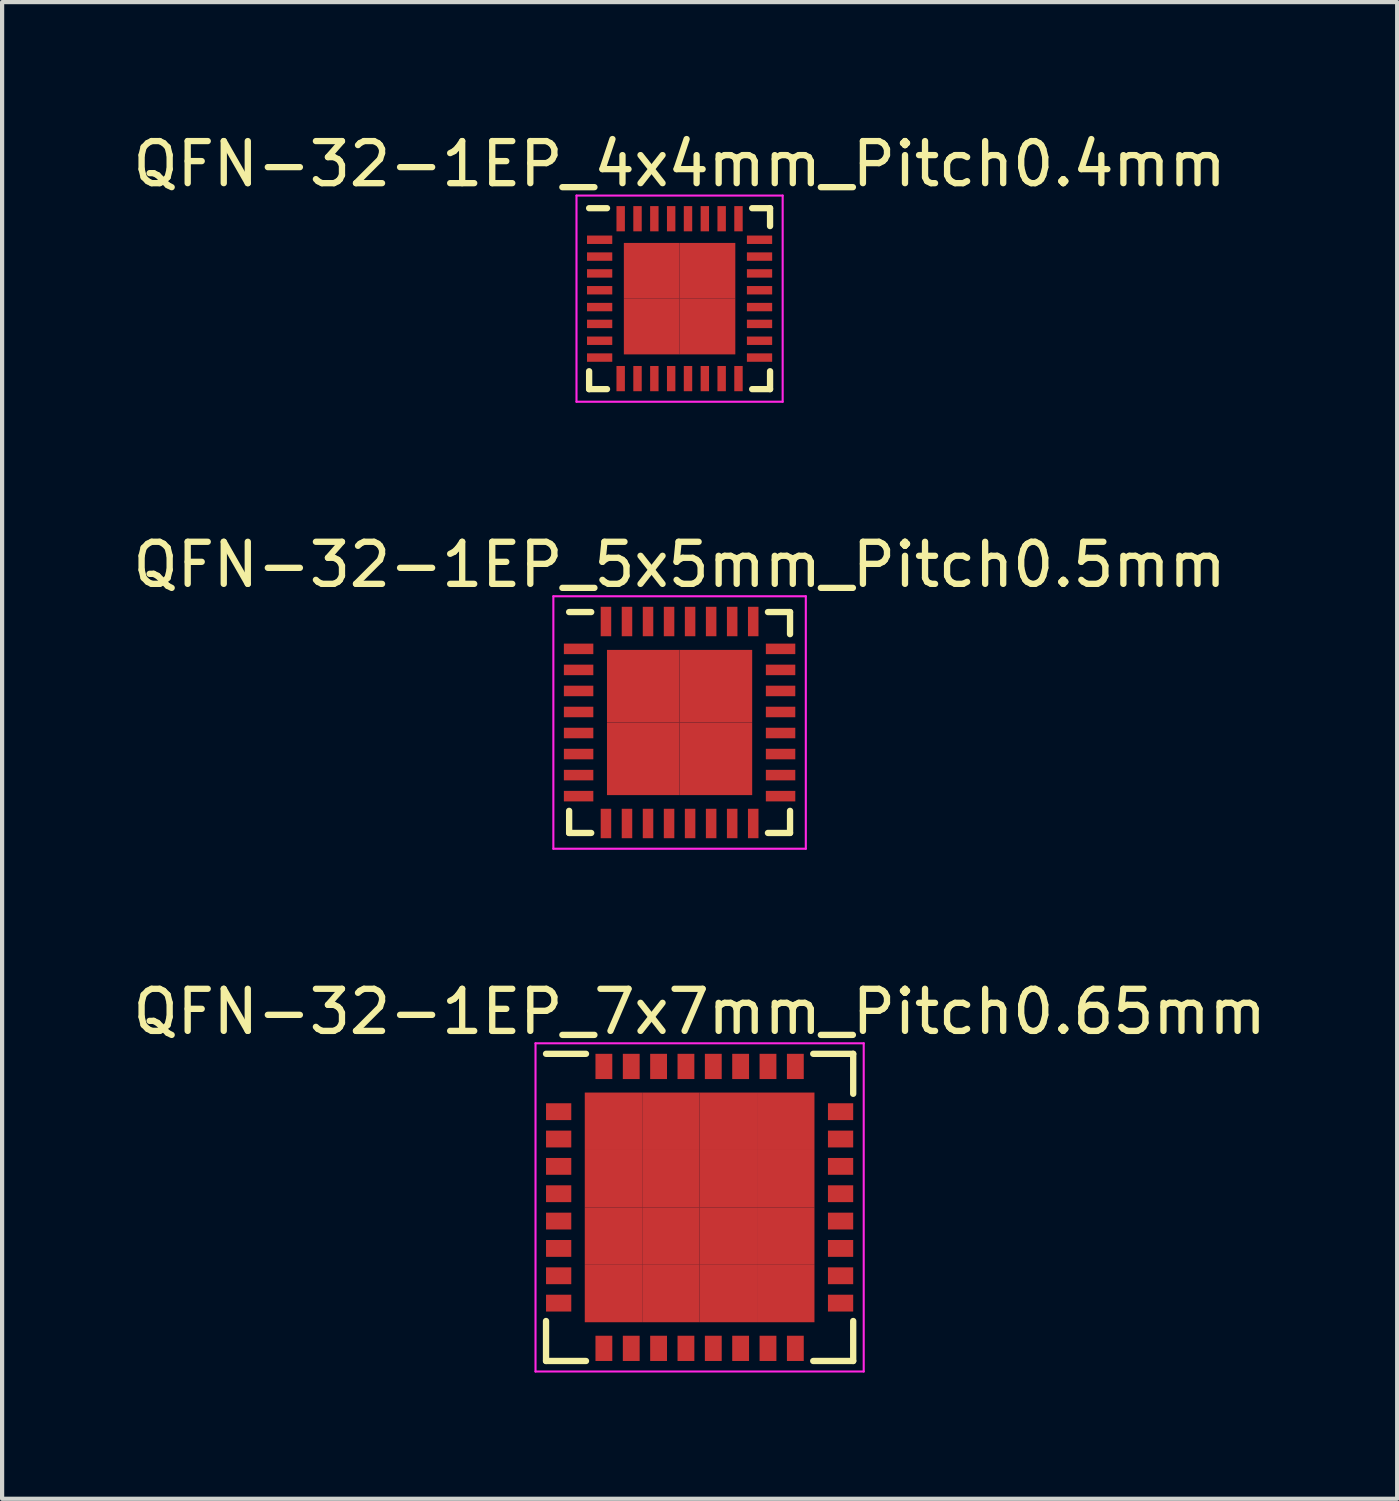
<source format=kicad_pcb>
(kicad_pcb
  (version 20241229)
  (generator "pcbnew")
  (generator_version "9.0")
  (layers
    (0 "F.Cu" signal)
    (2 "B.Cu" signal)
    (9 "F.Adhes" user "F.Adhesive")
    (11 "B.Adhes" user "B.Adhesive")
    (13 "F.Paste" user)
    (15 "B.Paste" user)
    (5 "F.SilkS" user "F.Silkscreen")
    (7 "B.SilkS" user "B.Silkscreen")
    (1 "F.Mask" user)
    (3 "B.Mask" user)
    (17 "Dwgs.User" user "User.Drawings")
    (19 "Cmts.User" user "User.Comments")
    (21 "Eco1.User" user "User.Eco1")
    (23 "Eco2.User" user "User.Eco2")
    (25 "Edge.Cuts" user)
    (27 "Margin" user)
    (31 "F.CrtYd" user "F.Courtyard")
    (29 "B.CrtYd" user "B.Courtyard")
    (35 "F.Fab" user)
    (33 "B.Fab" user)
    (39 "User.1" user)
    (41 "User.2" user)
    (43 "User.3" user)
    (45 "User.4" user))
  (footprint "QFN-32-1EP_7x7mm_Pitch0.65mm"
    (layer "F.Cu")
    (at 13.577 25.645)
    (property "Reference" "QFN-32-1EP_7x7mm_Pitch0.65mm" (at 0 -4.65 0) (layer "F.SilkS") (effects (font (size 1 1) (thickness 0.15))))
    (attr smd)
    (fp_line (start -3.65 -3.65) (end -2.7 -3.65) (stroke (width 0.15) (type solid)) (layer "F.SilkS"))
    (fp_line (start -3.65 3.65) (end -3.65 2.7) (stroke (width 0.15) (type solid)) (layer "F.SilkS"))
    (fp_line (start -3.65 3.65) (end -2.7 3.65) (stroke (width 0.15) (type solid)) (layer "F.SilkS"))
    (fp_line (start 3.65 -3.65) (end 2.7 -3.65) (stroke (width 0.15) (type solid)) (layer "F.SilkS"))
    (fp_line (start 3.65 -3.65) (end 3.65 -2.7) (stroke (width 0.15) (type solid)) (layer "F.SilkS"))
    (fp_line (start 3.65 3.65) (end 2.7 3.65) (stroke (width 0.15) (type solid)) (layer "F.SilkS"))
    (fp_line (start 3.65 3.65) (end 3.65 2.7) (stroke (width 0.15) (type solid)) (layer "F.SilkS"))
    (fp_line (start -3.9 -3.9) (end -3.9 3.9) (stroke (width 0.05) (type solid)) (layer "F.CrtYd"))
    (fp_line (start -3.9 -3.9) (end 3.9 -3.9) (stroke (width 0.05) (type solid)) (layer "F.CrtYd"))
    (fp_line (start -3.9 3.9) (end 3.9 3.9) (stroke (width 0.05) (type solid)) (layer "F.CrtYd"))
    (fp_line (start 3.9 -3.9) (end 3.9 3.9) (stroke (width 0.05) (type solid)) (layer "F.CrtYd"))
    (pad "1" smd rect (at -3.35 -2.275) (size 0.6 0.4) (layers "F.Cu" "F.Mask" "F.Paste"))
    (pad "2" smd rect (at -3.35 -1.625) (size 0.6 0.4) (layers "F.Cu" "F.Mask" "F.Paste"))
    (pad "3" smd rect (at -3.35 -0.975) (size 0.6 0.4) (layers "F.Cu" "F.Mask" "F.Paste"))
    (pad "4" smd rect (at -3.35 -0.325) (size 0.6 0.4) (layers "F.Cu" "F.Mask" "F.Paste"))
    (pad "5" smd rect (at -3.35 0.325) (size 0.6 0.4) (layers "F.Cu" "F.Mask" "F.Paste"))
    (pad "6" smd rect (at -3.35 0.975) (size 0.6 0.4) (layers "F.Cu" "F.Mask" "F.Paste"))
    (pad "7" smd rect (at -3.35 1.625) (size 0.6 0.4) (layers "F.Cu" "F.Mask" "F.Paste"))
    (pad "8" smd rect (at -3.35 2.275) (size 0.6 0.4) (layers "F.Cu" "F.Mask" "F.Paste"))
    (pad "9" smd rect (at -2.275 3.35 90) (size 0.6 0.4) (layers "F.Cu" "F.Mask" "F.Paste"))
    (pad "10" smd rect (at -1.625 3.35 90) (size 0.6 0.4) (layers "F.Cu" "F.Mask" "F.Paste"))
    (pad "11" smd rect (at -0.975 3.35 90) (size 0.6 0.4) (layers "F.Cu" "F.Mask" "F.Paste"))
    (pad "12" smd rect (at -0.325 3.35 90) (size 0.6 0.4) (layers "F.Cu" "F.Mask" "F.Paste"))
    (pad "13" smd rect (at 0.325 3.35 90) (size 0.6 0.4) (layers "F.Cu" "F.Mask" "F.Paste"))
    (pad "14" smd rect (at 0.975 3.35 90) (size 0.6 0.4) (layers "F.Cu" "F.Mask" "F.Paste"))
    (pad "15" smd rect (at 1.625 3.35 90) (size 0.6 0.4) (layers "F.Cu" "F.Mask" "F.Paste"))
    (pad "16" smd rect (at 2.275 3.35 90) (size 0.6 0.4) (layers "F.Cu" "F.Mask" "F.Paste"))
    (pad "17" smd rect (at 3.35 2.275) (size 0.6 0.4) (layers "F.Cu" "F.Mask" "F.Paste"))
    (pad "18" smd rect (at 3.35 1.625) (size 0.6 0.4) (layers "F.Cu" "F.Mask" "F.Paste"))
    (pad "19" smd rect (at 3.35 0.975) (size 0.6 0.4) (layers "F.Cu" "F.Mask" "F.Paste"))
    (pad "20" smd rect (at 3.35 0.325) (size 0.6 0.4) (layers "F.Cu" "F.Mask" "F.Paste"))
    (pad "21" smd rect (at 3.35 -0.325) (size 0.6 0.4) (layers "F.Cu" "F.Mask" "F.Paste"))
    (pad "22" smd rect (at 3.35 -0.975) (size 0.6 0.4) (layers "F.Cu" "F.Mask" "F.Paste"))
    (pad "23" smd rect (at 3.35 -1.625) (size 0.6 0.4) (layers "F.Cu" "F.Mask" "F.Paste"))
    (pad "24" smd rect (at 3.35 -2.275) (size 0.6 0.4) (layers "F.Cu" "F.Mask" "F.Paste"))
    (pad "25" smd rect (at 2.275 -3.35 90) (size 0.6 0.4) (layers "F.Cu" "F.Mask" "F.Paste"))
    (pad "26" smd rect (at 1.625 -3.35 90) (size 0.6 0.4) (layers "F.Cu" "F.Mask" "F.Paste"))
    (pad "27" smd rect (at 0.975 -3.35 90) (size 0.6 0.4) (layers "F.Cu" "F.Mask" "F.Paste"))
    (pad "28" smd rect (at 0.325 -3.35 90) (size 0.6 0.4) (layers "F.Cu" "F.Mask" "F.Paste"))
    (pad "29" smd rect (at -0.325 -3.35 90) (size 0.6 0.4) (layers "F.Cu" "F.Mask" "F.Paste"))
    (pad "30" smd rect (at -0.975 -3.35 90) (size 0.6 0.4) (layers "F.Cu" "F.Mask" "F.Paste"))
    (pad "31" smd rect (at -1.625 -3.35 90) (size 0.6 0.4) (layers "F.Cu" "F.Mask" "F.Paste"))
    (pad "32" smd rect (at -2.275 -3.35 90) (size 0.6 0.4) (layers "F.Cu" "F.Mask" "F.Paste"))
    (pad "33" smd rect (at -2.047 -2.047) (size 1.365 1.365) (layers "F.Cu" "F.Mask" "F.Paste"))
    (pad "33" smd rect (at -2.047 -0.682) (size 1.365 1.365) (layers "F.Cu" "F.Mask" "F.Paste"))
    (pad "33" smd rect (at -2.047 0.682) (size 1.365 1.365) (layers "F.Cu" "F.Mask" "F.Paste"))
    (pad "33" smd rect (at -2.047 2.047) (size 1.365 1.365) (layers "F.Cu" "F.Mask" "F.Paste"))
    (pad "33" smd rect (at -0.682 -2.047) (size 1.365 1.365) (layers "F.Cu" "F.Mask" "F.Paste"))
    (pad "33" smd rect (at -0.682 -0.682) (size 1.365 1.365) (layers "F.Cu" "F.Mask" "F.Paste"))
    (pad "33" smd rect (at -0.682 0.682) (size 1.365 1.365) (layers "F.Cu" "F.Mask" "F.Paste"))
    (pad "33" smd rect (at -0.682 2.047) (size 1.365 1.365) (layers "F.Cu" "F.Mask" "F.Paste"))
    (pad "33" smd rect (at 0.682 -2.047) (size 1.365 1.365) (layers "F.Cu" "F.Mask" "F.Paste"))
    (pad "33" smd rect (at 0.682 -0.682) (size 1.365 1.365) (layers "F.Cu" "F.Mask" "F.Paste"))
    (pad "33" smd rect (at 0.682 0.682) (size 1.365 1.365) (layers "F.Cu" "F.Mask" "F.Paste"))
    (pad "33" smd rect (at 0.682 2.047) (size 1.365 1.365) (layers "F.Cu" "F.Mask" "F.Paste"))
    (pad "33" smd rect (at 2.047 -2.047) (size 1.365 1.365) (layers "F.Cu" "F.Mask" "F.Paste"))
    (pad "33" smd rect (at 2.047 -0.682) (size 1.365 1.365) (layers "F.Cu" "F.Mask" "F.Paste"))
    (pad "33" smd rect (at 2.047 0.682) (size 1.365 1.365) (layers "F.Cu" "F.Mask" "F.Paste"))
    (pad "33" smd rect (at 2.047 2.047) (size 1.365 1.365) (layers "F.Cu" "F.Mask" "F.Paste")))
  (footprint "QFN-32-1EP_5x5mm_Pitch0.5mm"
    (layer "F.Cu")
    (at 13.101 14.121)
    (property "Reference" "QFN-32-1EP_5x5mm_Pitch0.5mm" (at 0 -3.75 0) (layer "F.SilkS") (effects (font (size 1 1) (thickness 0.15))))
    (attr smd)
    (fp_line (start -2.625 -2.625) (end -2.1 -2.625) (stroke (width 0.15) (type solid)) (layer "F.SilkS"))
    (fp_line (start -2.625 2.625) (end -2.625 2.1) (stroke (width 0.15) (type solid)) (layer "F.SilkS"))
    (fp_line (start -2.625 2.625) (end -2.1 2.625) (stroke (width 0.15) (type solid)) (layer "F.SilkS"))
    (fp_line (start 2.625 -2.625) (end 2.1 -2.625) (stroke (width 0.15) (type solid)) (layer "F.SilkS"))
    (fp_line (start 2.625 -2.625) (end 2.625 -2.1) (stroke (width 0.15) (type solid)) (layer "F.SilkS"))
    (fp_line (start 2.625 2.625) (end 2.1 2.625) (stroke (width 0.15) (type solid)) (layer "F.SilkS"))
    (fp_line (start 2.625 2.625) (end 2.625 2.1) (stroke (width 0.15) (type solid)) (layer "F.SilkS"))
    (fp_line (start -3 -3) (end -3 3) (stroke (width 0.05) (type solid)) (layer "F.CrtYd"))
    (fp_line (start -3 -3) (end 3 -3) (stroke (width 0.05) (type solid)) (layer "F.CrtYd"))
    (fp_line (start -3 3) (end 3 3) (stroke (width 0.05) (type solid)) (layer "F.CrtYd"))
    (fp_line (start 3 -3) (end 3 3) (stroke (width 0.05) (type solid)) (layer "F.CrtYd"))
    (pad "1" smd rect (at -2.4 -1.75) (size 0.7 0.25) (layers "F.Cu" "F.Mask" "F.Paste"))
    (pad "2" smd rect (at -2.4 -1.25) (size 0.7 0.25) (layers "F.Cu" "F.Mask" "F.Paste"))
    (pad "3" smd rect (at -2.4 -0.75) (size 0.7 0.25) (layers "F.Cu" "F.Mask" "F.Paste"))
    (pad "4" smd rect (at -2.4 -0.25) (size 0.7 0.25) (layers "F.Cu" "F.Mask" "F.Paste"))
    (pad "5" smd rect (at -2.4 0.25) (size 0.7 0.25) (layers "F.Cu" "F.Mask" "F.Paste"))
    (pad "6" smd rect (at -2.4 0.75) (size 0.7 0.25) (layers "F.Cu" "F.Mask" "F.Paste"))
    (pad "7" smd rect (at -2.4 1.25) (size 0.7 0.25) (layers "F.Cu" "F.Mask" "F.Paste"))
    (pad "8" smd rect (at -2.4 1.75) (size 0.7 0.25) (layers "F.Cu" "F.Mask" "F.Paste"))
    (pad "9" smd rect (at -1.75 2.4 90) (size 0.7 0.25) (layers "F.Cu" "F.Mask" "F.Paste"))
    (pad "10" smd rect (at -1.25 2.4 90) (size 0.7 0.25) (layers "F.Cu" "F.Mask" "F.Paste"))
    (pad "11" smd rect (at -0.75 2.4 90) (size 0.7 0.25) (layers "F.Cu" "F.Mask" "F.Paste"))
    (pad "12" smd rect (at -0.25 2.4 90) (size 0.7 0.25) (layers "F.Cu" "F.Mask" "F.Paste"))
    (pad "13" smd rect (at 0.25 2.4 90) (size 0.7 0.25) (layers "F.Cu" "F.Mask" "F.Paste"))
    (pad "14" smd rect (at 0.75 2.4 90) (size 0.7 0.25) (layers "F.Cu" "F.Mask" "F.Paste"))
    (pad "15" smd rect (at 1.25 2.4 90) (size 0.7 0.25) (layers "F.Cu" "F.Mask" "F.Paste"))
    (pad "16" smd rect (at 1.75 2.4 90) (size 0.7 0.25) (layers "F.Cu" "F.Mask" "F.Paste"))
    (pad "17" smd rect (at 2.4 1.75) (size 0.7 0.25) (layers "F.Cu" "F.Mask" "F.Paste"))
    (pad "18" smd rect (at 2.4 1.25) (size 0.7 0.25) (layers "F.Cu" "F.Mask" "F.Paste"))
    (pad "19" smd rect (at 2.4 0.75) (size 0.7 0.25) (layers "F.Cu" "F.Mask" "F.Paste"))
    (pad "20" smd rect (at 2.4 0.25) (size 0.7 0.25) (layers "F.Cu" "F.Mask" "F.Paste"))
    (pad "21" smd rect (at 2.4 -0.25) (size 0.7 0.25) (layers "F.Cu" "F.Mask" "F.Paste"))
    (pad "22" smd rect (at 2.4 -0.75) (size 0.7 0.25) (layers "F.Cu" "F.Mask" "F.Paste"))
    (pad "23" smd rect (at 2.4 -1.25) (size 0.7 0.25) (layers "F.Cu" "F.Mask" "F.Paste"))
    (pad "24" smd rect (at 2.4 -1.75) (size 0.7 0.25) (layers "F.Cu" "F.Mask" "F.Paste"))
    (pad "25" smd rect (at 1.75 -2.4 90) (size 0.7 0.25) (layers "F.Cu" "F.Mask" "F.Paste"))
    (pad "26" smd rect (at 1.25 -2.4 90) (size 0.7 0.25) (layers "F.Cu" "F.Mask" "F.Paste"))
    (pad "27" smd rect (at 0.75 -2.4 90) (size 0.7 0.25) (layers "F.Cu" "F.Mask" "F.Paste"))
    (pad "28" smd rect (at 0.25 -2.4 90) (size 0.7 0.25) (layers "F.Cu" "F.Mask" "F.Paste"))
    (pad "29" smd rect (at -0.25 -2.4 90) (size 0.7 0.25) (layers "F.Cu" "F.Mask" "F.Paste"))
    (pad "30" smd rect (at -0.75 -2.4 90) (size 0.7 0.25) (layers "F.Cu" "F.Mask" "F.Paste"))
    (pad "31" smd rect (at -1.25 -2.4 90) (size 0.7 0.25) (layers "F.Cu" "F.Mask" "F.Paste"))
    (pad "32" smd rect (at -1.75 -2.4 90) (size 0.7 0.25) (layers "F.Cu" "F.Mask" "F.Paste"))
    (pad "33" smd rect (at -0.863 -0.863) (size 1.725 1.725) (layers "F.Cu" "F.Mask" "F.Paste"))
    (pad "33" smd rect (at -0.863 0.863) (size 1.725 1.725) (layers "F.Cu" "F.Mask" "F.Paste"))
    (pad "33" smd rect (at 0.863 -0.863) (size 1.725 1.725) (layers "F.Cu" "F.Mask" "F.Paste"))
    (pad "33" smd rect (at 0.863 0.863) (size 1.725 1.725) (layers "F.Cu" "F.Mask" "F.Paste")))
  (footprint "QFN-32-1EP_4x4mm_Pitch0.4mm"
    (layer "F.Cu")
    (at 13.101 4.048)
    (property "Reference" "QFN-32-1EP_4x4mm_Pitch0.4mm" (at 0 -3.2 0) (layer "F.SilkS") (effects (font (size 1 1) (thickness 0.15))))
    (attr smd)
    (fp_line (start -2.15 -2.15) (end -1.725 -2.15) (stroke (width 0.15) (type solid)) (layer "F.SilkS"))
    (fp_line (start -2.15 2.15) (end -2.15 1.725) (stroke (width 0.15) (type solid)) (layer "F.SilkS"))
    (fp_line (start -2.15 2.15) (end -1.725 2.15) (stroke (width 0.15) (type solid)) (layer "F.SilkS"))
    (fp_line (start 2.15 -2.15) (end 1.725 -2.15) (stroke (width 0.15) (type solid)) (layer "F.SilkS"))
    (fp_line (start 2.15 -2.15) (end 2.15 -1.725) (stroke (width 0.15) (type solid)) (layer "F.SilkS"))
    (fp_line (start 2.15 2.15) (end 1.725 2.15) (stroke (width 0.15) (type solid)) (layer "F.SilkS"))
    (fp_line (start 2.15 2.15) (end 2.15 1.725) (stroke (width 0.15) (type solid)) (layer "F.SilkS"))
    (fp_line (start -2.45 -2.45) (end -2.45 2.45) (stroke (width 0.05) (type solid)) (layer "F.CrtYd"))
    (fp_line (start -2.45 -2.45) (end 2.45 -2.45) (stroke (width 0.05) (type solid)) (layer "F.CrtYd"))
    (fp_line (start -2.45 2.45) (end 2.45 2.45) (stroke (width 0.05) (type solid)) (layer "F.CrtYd"))
    (fp_line (start 2.45 -2.45) (end 2.45 2.45) (stroke (width 0.05) (type solid)) (layer "F.CrtYd"))
    (pad "1" smd rect (at -1.9 -1.4) (size 0.6 0.2) (layers "F.Cu" "F.Mask" "F.Paste"))
    (pad "2" smd rect (at -1.9 -1) (size 0.6 0.2) (layers "F.Cu" "F.Mask" "F.Paste"))
    (pad "3" smd rect (at -1.9 -0.6) (size 0.6 0.2) (layers "F.Cu" "F.Mask" "F.Paste"))
    (pad "4" smd rect (at -1.9 -0.2) (size 0.6 0.2) (layers "F.Cu" "F.Mask" "F.Paste"))
    (pad "5" smd rect (at -1.9 0.2) (size 0.6 0.2) (layers "F.Cu" "F.Mask" "F.Paste"))
    (pad "6" smd rect (at -1.9 0.6) (size 0.6 0.2) (layers "F.Cu" "F.Mask" "F.Paste"))
    (pad "7" smd rect (at -1.9 1) (size 0.6 0.2) (layers "F.Cu" "F.Mask" "F.Paste"))
    (pad "8" smd rect (at -1.9 1.4) (size 0.6 0.2) (layers "F.Cu" "F.Mask" "F.Paste"))
    (pad "9" smd rect (at -1.4 1.9 90) (size 0.6 0.2) (layers "F.Cu" "F.Mask" "F.Paste"))
    (pad "10" smd rect (at -1 1.9 90) (size 0.6 0.2) (layers "F.Cu" "F.Mask" "F.Paste"))
    (pad "11" smd rect (at -0.6 1.9 90) (size 0.6 0.2) (layers "F.Cu" "F.Mask" "F.Paste"))
    (pad "12" smd rect (at -0.2 1.9 90) (size 0.6 0.2) (layers "F.Cu" "F.Mask" "F.Paste"))
    (pad "13" smd rect (at 0.2 1.9 90) (size 0.6 0.2) (layers "F.Cu" "F.Mask" "F.Paste"))
    (pad "14" smd rect (at 0.6 1.9 90) (size 0.6 0.2) (layers "F.Cu" "F.Mask" "F.Paste"))
    (pad "15" smd rect (at 1 1.9 90) (size 0.6 0.2) (layers "F.Cu" "F.Mask" "F.Paste"))
    (pad "16" smd rect (at 1.4 1.9 90) (size 0.6 0.2) (layers "F.Cu" "F.Mask" "F.Paste"))
    (pad "17" smd rect (at 1.9 1.4) (size 0.6 0.2) (layers "F.Cu" "F.Mask" "F.Paste"))
    (pad "18" smd rect (at 1.9 1) (size 0.6 0.2) (layers "F.Cu" "F.Mask" "F.Paste"))
    (pad "19" smd rect (at 1.9 0.6) (size 0.6 0.2) (layers "F.Cu" "F.Mask" "F.Paste"))
    (pad "20" smd rect (at 1.9 0.2) (size 0.6 0.2) (layers "F.Cu" "F.Mask" "F.Paste"))
    (pad "21" smd rect (at 1.9 -0.2) (size 0.6 0.2) (layers "F.Cu" "F.Mask" "F.Paste"))
    (pad "22" smd rect (at 1.9 -0.6) (size 0.6 0.2) (layers "F.Cu" "F.Mask" "F.Paste"))
    (pad "23" smd rect (at 1.9 -1) (size 0.6 0.2) (layers "F.Cu" "F.Mask" "F.Paste"))
    (pad "24" smd rect (at 1.9 -1.4) (size 0.6 0.2) (layers "F.Cu" "F.Mask" "F.Paste"))
    (pad "25" smd rect (at 1.4 -1.9 90) (size 0.6 0.2) (layers "F.Cu" "F.Mask" "F.Paste"))
    (pad "26" smd rect (at 1 -1.9 90) (size 0.6 0.2) (layers "F.Cu" "F.Mask" "F.Paste"))
    (pad "27" smd rect (at 0.6 -1.9 90) (size 0.6 0.2) (layers "F.Cu" "F.Mask" "F.Paste"))
    (pad "28" smd rect (at 0.2 -1.9 90) (size 0.6 0.2) (layers "F.Cu" "F.Mask" "F.Paste"))
    (pad "29" smd rect (at -0.2 -1.9 90) (size 0.6 0.2) (layers "F.Cu" "F.Mask" "F.Paste"))
    (pad "30" smd rect (at -0.6 -1.9 90) (size 0.6 0.2) (layers "F.Cu" "F.Mask" "F.Paste"))
    (pad "31" smd rect (at -1 -1.9 90) (size 0.6 0.2) (layers "F.Cu" "F.Mask" "F.Paste"))
    (pad "32" smd rect (at -1.4 -1.9 90) (size 0.6 0.2) (layers "F.Cu" "F.Mask" "F.Paste"))
    (pad "33" smd rect (at -0.662 -0.662) (size 1.325 1.325) (layers "F.Cu" "F.Mask" "F.Paste"))
    (pad "33" smd rect (at -0.662 0.662) (size 1.325 1.325) (layers "F.Cu" "F.Mask" "F.Paste"))
    (pad "33" smd rect (at 0.662 -0.662) (size 1.325 1.325) (layers "F.Cu" "F.Mask" "F.Paste"))
    (pad "33" smd rect (at 0.662 0.662) (size 1.325 1.325) (layers "F.Cu" "F.Mask" "F.Paste")))
  (gr_rect
    (start -3 -3)
    (end 30.155 32.57)
    (stroke (width 0.1) (type default))
    (fill no)
    (layer "Edge.Cuts")))
</source>
